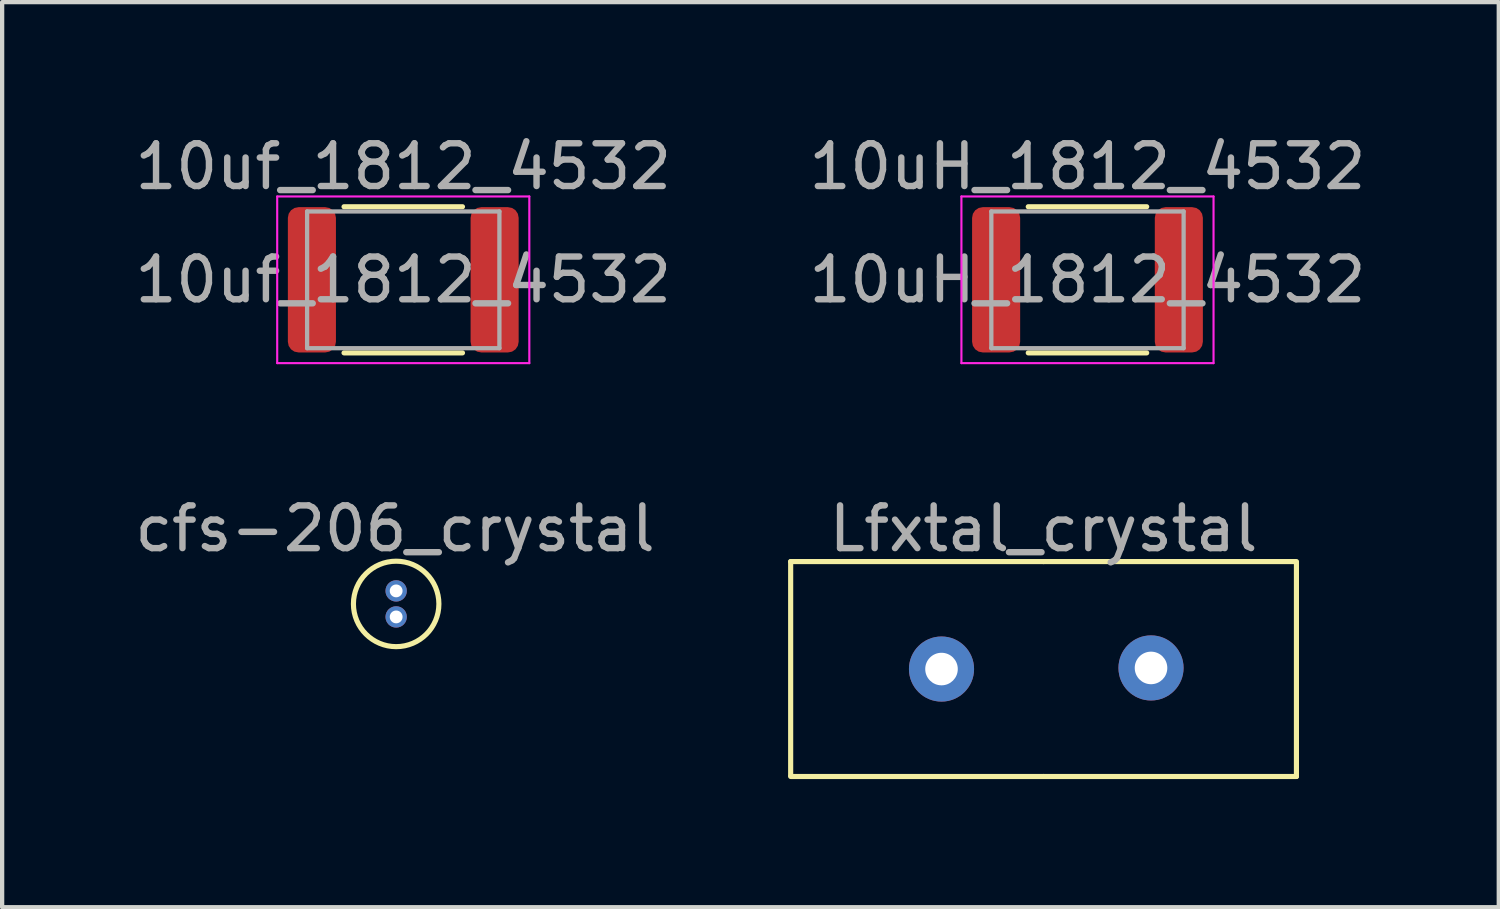
<source format=kicad_pcb>
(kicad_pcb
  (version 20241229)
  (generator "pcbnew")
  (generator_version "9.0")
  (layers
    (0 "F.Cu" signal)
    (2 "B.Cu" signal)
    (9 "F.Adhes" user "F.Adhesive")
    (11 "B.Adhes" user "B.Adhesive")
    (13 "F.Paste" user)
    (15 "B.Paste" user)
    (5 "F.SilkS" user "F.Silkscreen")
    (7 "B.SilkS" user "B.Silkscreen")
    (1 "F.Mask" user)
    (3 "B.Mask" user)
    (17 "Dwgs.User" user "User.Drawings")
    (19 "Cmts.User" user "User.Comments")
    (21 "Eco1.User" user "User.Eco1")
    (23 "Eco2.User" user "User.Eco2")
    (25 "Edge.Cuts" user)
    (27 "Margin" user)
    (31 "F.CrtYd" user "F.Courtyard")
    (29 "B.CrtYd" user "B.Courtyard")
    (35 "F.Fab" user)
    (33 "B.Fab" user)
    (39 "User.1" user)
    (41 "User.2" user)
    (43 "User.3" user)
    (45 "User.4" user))
  (footprint "Lfxtal_crystal"
    (layer "F.Cu")
    (at 21.371 8.822)
    (property "Reference" "Lfxtal_crystal" (at 0 0.5 0) (layer "F.Fab") (effects (font (size 1 1) (thickness 0.15))))
    (attr through_hole)
    (fp_line (start -5.918 1.27) (end -5.918 6.274) (stroke (width 0.12) (type solid)) (layer "F.SilkS"))
    (fp_line (start -5.918 1.27) (end 0 1.27) (stroke (width 0.12) (type solid)) (layer "F.SilkS"))
    (fp_line (start -5.918 6.299) (end 0 6.299) (stroke (width 0.12) (type solid)) (layer "F.SilkS"))
    (fp_line (start 0 1.27) (end 5.918 1.27) (stroke (width 0.12) (type solid)) (layer "F.SilkS"))
    (fp_line (start 0 6.299) (end 5.918 6.299) (stroke (width 0.12) (type solid)) (layer "F.SilkS"))
    (fp_line (start 5.918 1.295) (end 5.918 6.299) (stroke (width 0.12) (type solid)) (layer "F.SilkS"))
    (pad "1" thru_hole circle (at 2.515 3.759) (size 1.524 1.524) (drill 0.762) (layers "*.Cu" "*.Mask"))
    (pad "2" thru_hole circle (at -2.388 3.785) (size 1.524 1.524) (drill 0.762) (layers "*.Cu" "*.Mask")))
  (footprint "10uH_1812_4532"
    (layer "F.Cu")
    (at 22.399 3.498)
    (property "Reference" "10uH_1812_4532" (at 0 -2.65 0) (layer "F.Fab") (effects (font (size 1 1) (thickness 0.15))))
    (attr smd)
    (fp_line (start -1.386 -1.71) (end 1.386 -1.71) (stroke (width 0.12) (type solid)) (layer "F.SilkS"))
    (fp_line (start -1.386 1.71) (end 1.386 1.71) (stroke (width 0.12) (type solid)) (layer "F.SilkS"))
    (fp_line (start -2.95 -1.95) (end 2.95 -1.95) (stroke (width 0.05) (type solid)) (layer "F.CrtYd"))
    (fp_line (start -2.95 1.95) (end -2.95 -1.95) (stroke (width 0.05) (type solid)) (layer "F.CrtYd"))
    (fp_line (start 2.95 -1.95) (end 2.95 1.95) (stroke (width 0.05) (type solid)) (layer "F.CrtYd"))
    (fp_line (start 2.95 1.95) (end -2.95 1.95) (stroke (width 0.05) (type solid)) (layer "F.CrtYd"))
    (fp_line (start -2.25 -1.6) (end 2.25 -1.6) (stroke (width 0.1) (type solid)) (layer "F.Fab"))
    (fp_line (start -2.25 1.6) (end -2.25 -1.6) (stroke (width 0.1) (type solid)) (layer "F.Fab"))
    (fp_line (start 2.25 -1.6) (end 2.25 1.6) (stroke (width 0.1) (type solid)) (layer "F.Fab"))
    (fp_line (start 2.25 1.6) (end -2.25 1.6) (stroke (width 0.1) (type solid)) (layer "F.Fab"))
    (fp_text user "${REFERENCE}" (at 0 0 0) (layer "F.Fab") (effects (font (size 1 1) (thickness 0.15))))
    (pad "1" smd roundrect (at -2.138 0) (size 1.125 3.4) (layers "F.Cu" "F.Mask" "F.Paste") (roundrect_rratio 0.222))
    (pad "2" smd roundrect (at 2.138 0) (size 1.125 3.4) (layers "F.Cu" "F.Mask" "F.Paste") (roundrect_rratio 0.222)))
  (footprint "cfs-206_crystal"
    (layer "F.Cu")
    (at 6.196 8.822)
    (property "Reference" "cfs-206_crystal" (at 0 0.5 0) (layer "F.Fab") (effects (font (size 1 1) (thickness 0.15))))
    (attr through_hole)
    (fp_circle (center 0.025 2.261) (end 1.025 2.261) (stroke (width 0.12) (type solid)) (fill no) (layer "F.SilkS"))
    (pad "1" thru_hole circle (at 0.025 1.956) (size 0.5 0.5) (drill 0.3) (layers "*.Cu" "*.Mask"))
    (pad "2" thru_hole circle (at 0.025 2.565) (size 0.5 0.5) (drill 0.3) (layers "*.Cu" "*.Mask")))
  (footprint "10uf_1812_4532"
    (layer "F.Cu")
    (at 6.387 3.498)
    (property "Reference" "10uf_1812_4532" (at 0 -2.65 0) (layer "F.Fab") (effects (font (size 1 1) (thickness 0.15))))
    (attr smd)
    (fp_line (start -1.386 -1.71) (end 1.386 -1.71) (stroke (width 0.12) (type solid)) (layer "F.SilkS"))
    (fp_line (start -1.386 1.71) (end 1.386 1.71) (stroke (width 0.12) (type solid)) (layer "F.SilkS"))
    (fp_line (start -2.95 -1.95) (end 2.95 -1.95) (stroke (width 0.05) (type solid)) (layer "F.CrtYd"))
    (fp_line (start -2.95 1.95) (end -2.95 -1.95) (stroke (width 0.05) (type solid)) (layer "F.CrtYd"))
    (fp_line (start 2.95 -1.95) (end 2.95 1.95) (stroke (width 0.05) (type solid)) (layer "F.CrtYd"))
    (fp_line (start 2.95 1.95) (end -2.95 1.95) (stroke (width 0.05) (type solid)) (layer "F.CrtYd"))
    (fp_line (start -2.25 -1.6) (end 2.25 -1.6) (stroke (width 0.1) (type solid)) (layer "F.Fab"))
    (fp_line (start -2.25 1.6) (end -2.25 -1.6) (stroke (width 0.1) (type solid)) (layer "F.Fab"))
    (fp_line (start 2.25 -1.6) (end 2.25 1.6) (stroke (width 0.1) (type solid)) (layer "F.Fab"))
    (fp_line (start 2.25 1.6) (end -2.25 1.6) (stroke (width 0.1) (type solid)) (layer "F.Fab"))
    (fp_text user "${REFERENCE}" (at 0 0 0) (layer "F.Fab") (effects (font (size 1 1) (thickness 0.15))))
    (pad "1" smd roundrect (at -2.138 0) (size 1.125 3.4) (layers "F.Cu" "F.Mask" "F.Paste") (roundrect_rratio 0.222))
    (pad "2" smd roundrect (at 2.138 0) (size 1.125 3.4) (layers "F.Cu" "F.Mask" "F.Paste") (roundrect_rratio 0.222)))
  (gr_rect
    (start -3 -3)
    (end 32.024 18.181)
    (stroke (width 0.1) (type default))
    (fill no)
    (layer "Edge.Cuts")))
</source>
